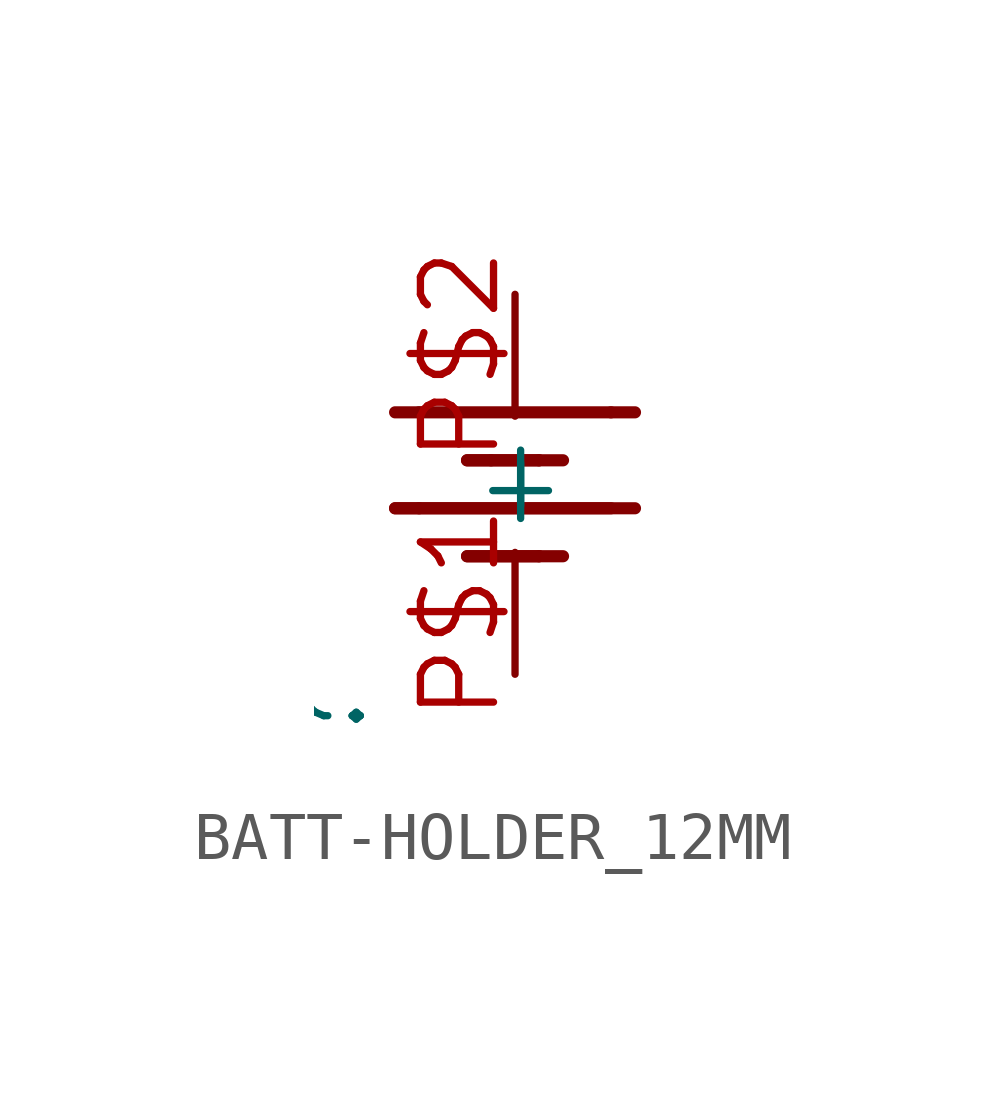
<source format=kicad_sym>
(kicad_symbol_lib
  (version 20241209)
  (generator "kicad_symbol_editor")
  (generator_version "9.0")
  (symbol "BATT-HOLDER_12MM"
    (property "Reference" ""
      (at -3 -6 90)
      (effects (font (size 1.778 1.511)) (justify left bottom)))
    (property "ki_locked" ""
      (at 0 0 0)
      (effects (font (size 1.27 1.27))))
    (symbol "BATT-HOLDER_12MM_1_0"
      (polyline (pts (xy -2.5 -1) (xy 2.5 -1)) (stroke (width 0.254) (type solid)) (fill (type none)))
      (polyline (pts (xy -2 1) (xy -2.5 1)) (stroke (width 0.254) (type solid)) (fill (type none)))
      (polyline (pts (xy -2 1) (xy 2 1)) (stroke (width 0.254) (type solid)) (fill (type none)))
      (polyline (pts (xy -2 -1) (xy -2.5 -1)) (stroke (width 0.254) (type solid)) (fill (type none)))
      (polyline (pts (xy -2 -1) (xy 2 -1)) (stroke (width 0.254) (type solid)) (fill (type none)))
      (polyline (pts (xy -1 0) (xy 0.5 0)) (stroke (width 0.254) (type solid)) (fill (type none)))
      (polyline (pts (xy -1 -2) (xy 0.5 -2)) (stroke (width 0.254) (type solid)) (fill (type none)))
      (polyline (pts (xy -0.5 0) (xy -1 0)) (stroke (width 0.254) (type solid)) (fill (type none)))
      (polyline (pts (xy -0.5 0) (xy 0.5 0)) (stroke (width 0.254) (type solid)) (fill (type none)))
      (polyline (pts (xy -0.5 -2) (xy -1 -2)) (stroke (width 0.254) (type solid)) (fill (type none)))
      (polyline (pts (xy -0.5 -2) (xy 0.5 -2)) (stroke (width 0.254) (type solid)) (fill (type none)))
      (polyline (pts (xy 0.5 0) (xy 1 0)) (stroke (width 0.254) (type solid)) (fill (type none)))
      (polyline (pts (xy 0.5 -2) (xy 1 -2)) (stroke (width 0.254) (type solid)) (fill (type none)))
      (polyline (pts (xy 2 1) (xy 2.5 1)) (stroke (width 0.254) (type solid)) (fill (type none)))
      (pin bidirectional line (at 0 3.46 270) (length 2.54) (name "+" (effects (font (size 1.524 1.524)))) (number "P$2" (effects (font (size 1.524 1.524)))))
      (pin bidirectional line (at 0 -4.46 90) (length 2.54) (name "-" (effects (font (size 1.524 1.524)))) (number "P$1" (effects (font (size 1.524 1.524))))))))
</source>
